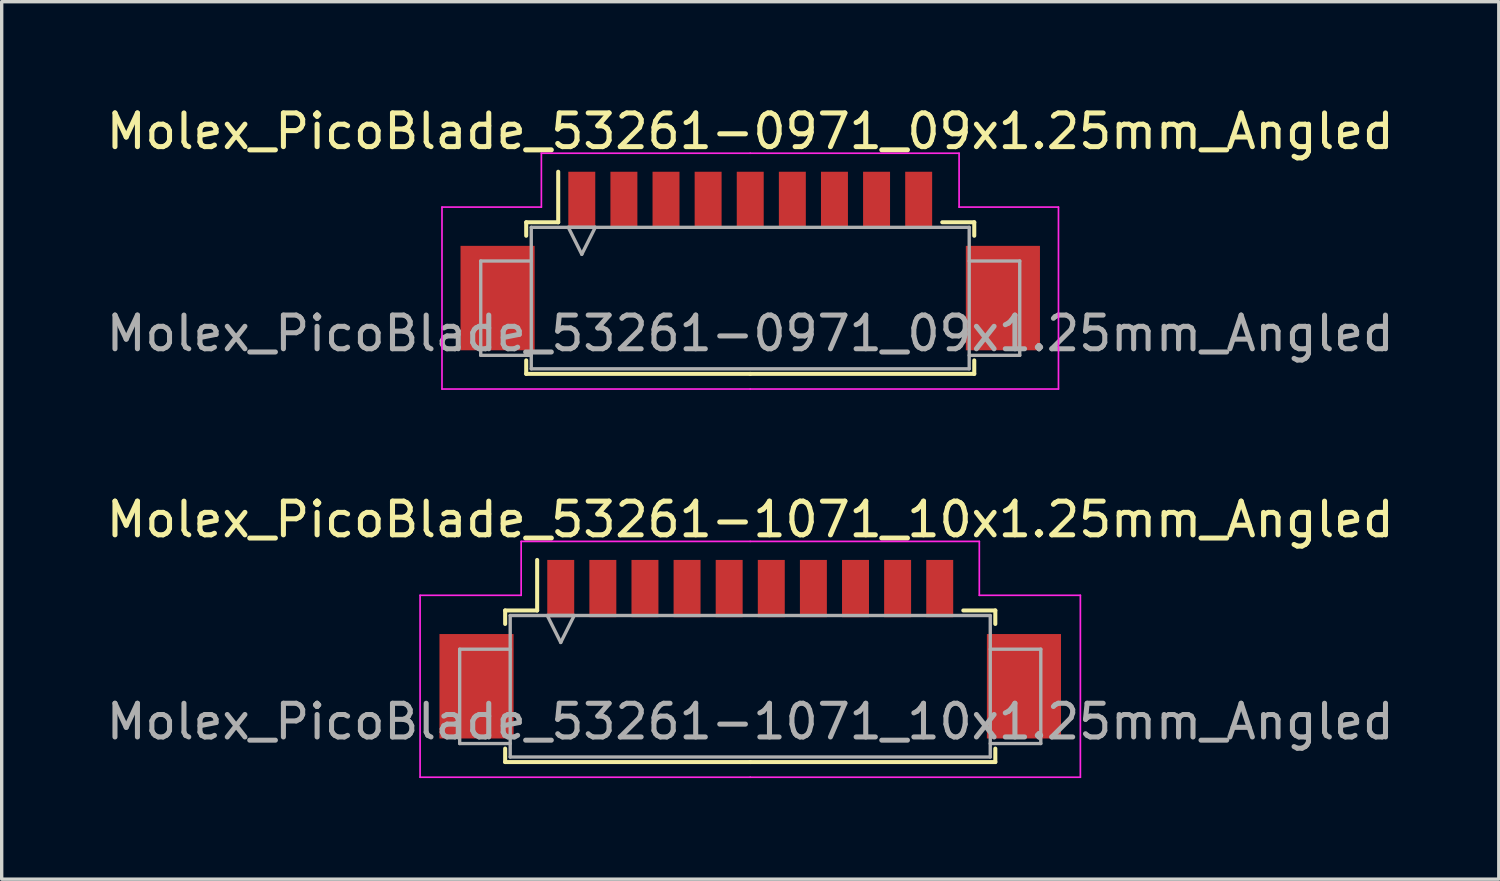
<source format=kicad_pcb>
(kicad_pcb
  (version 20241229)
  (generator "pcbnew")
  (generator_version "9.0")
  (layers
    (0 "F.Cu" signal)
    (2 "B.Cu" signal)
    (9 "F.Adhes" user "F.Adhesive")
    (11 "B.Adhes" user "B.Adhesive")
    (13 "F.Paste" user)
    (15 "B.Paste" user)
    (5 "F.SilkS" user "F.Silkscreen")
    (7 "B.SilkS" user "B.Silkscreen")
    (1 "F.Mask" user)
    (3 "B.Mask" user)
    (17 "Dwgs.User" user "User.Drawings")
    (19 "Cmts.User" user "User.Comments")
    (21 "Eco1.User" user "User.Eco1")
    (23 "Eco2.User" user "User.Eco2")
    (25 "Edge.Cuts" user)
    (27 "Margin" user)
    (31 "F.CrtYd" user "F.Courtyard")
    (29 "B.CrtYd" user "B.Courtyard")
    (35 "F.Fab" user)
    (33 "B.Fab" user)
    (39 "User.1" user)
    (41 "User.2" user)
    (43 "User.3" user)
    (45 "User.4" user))
  (footprint "Molex_PicoBlade_53261-0971_09x1.25mm_Angled"
    (layer "F.Cu")
    (at 19.22 4.348)
    (property "Reference" "Molex_PicoBlade_53261-0971_09x1.25mm_Angled" (at 0 -3.5 0) (layer "F.SilkS") (effects (font (size 1 1) (thickness 0.15))))
    (attr smd)
    (fp_line (start -6.65 -0.8) (end -6.65 -0.4) (stroke (width 0.12) (type solid)) (layer "F.SilkS"))
    (fp_line (start -6.65 3.3) (end -6.65 3.7) (stroke (width 0.12) (type solid)) (layer "F.SilkS"))
    (fp_line (start -6.65 3.7) (end 0 3.7) (stroke (width 0.12) (type solid)) (layer "F.SilkS"))
    (fp_line (start -5.7 -0.8) (end -6.65 -0.8) (stroke (width 0.12) (type solid)) (layer "F.SilkS"))
    (fp_line (start -5.7 -0.8) (end -5.7 -2.3) (stroke (width 0.12) (type solid)) (layer "F.SilkS"))
    (fp_line (start 5.7 -0.8) (end 6.65 -0.8) (stroke (width 0.12) (type solid)) (layer "F.SilkS"))
    (fp_line (start 6.65 -0.8) (end 6.65 -0.4) (stroke (width 0.12) (type solid)) (layer "F.SilkS"))
    (fp_line (start 6.65 3.3) (end 6.65 3.7) (stroke (width 0.12) (type solid)) (layer "F.SilkS"))
    (fp_line (start 6.65 3.7) (end 0 3.7) (stroke (width 0.12) (type solid)) (layer "F.SilkS"))
    (fp_line (start -9.15 -1.25) (end -9.15 4.15) (stroke (width 0.05) (type solid)) (layer "F.CrtYd"))
    (fp_line (start -9.15 4.15) (end 0 4.15) (stroke (width 0.05) (type solid)) (layer "F.CrtYd"))
    (fp_line (start -6.2 -2.85) (end -6.2 -1.25) (stroke (width 0.05) (type solid)) (layer "F.CrtYd"))
    (fp_line (start -6.2 -1.25) (end -9.15 -1.25) (stroke (width 0.05) (type solid)) (layer "F.CrtYd"))
    (fp_line (start 0 -2.85) (end -6.2 -2.85) (stroke (width 0.05) (type solid)) (layer "F.CrtYd"))
    (fp_line (start 0 -2.85) (end 6.2 -2.85) (stroke (width 0.05) (type solid)) (layer "F.CrtYd"))
    (fp_line (start 6.2 -2.85) (end 6.2 -1.25) (stroke (width 0.05) (type solid)) (layer "F.CrtYd"))
    (fp_line (start 6.2 -1.25) (end 9.15 -1.25) (stroke (width 0.05) (type solid)) (layer "F.CrtYd"))
    (fp_line (start 9.15 -1.25) (end 9.15 4.15) (stroke (width 0.05) (type solid)) (layer "F.CrtYd"))
    (fp_line (start 9.15 4.15) (end 0 4.15) (stroke (width 0.05) (type solid)) (layer "F.CrtYd"))
    (fp_line (start -8 0.35) (end -8 3.15) (stroke (width 0.1) (type solid)) (layer "F.Fab"))
    (fp_line (start -8 3.15) (end -6.5 3.15) (stroke (width 0.1) (type solid)) (layer "F.Fab"))
    (fp_line (start -6.5 -0.65) (end 6.5 -0.65) (stroke (width 0.1) (type solid)) (layer "F.Fab"))
    (fp_line (start -6.5 0.35) (end -8 0.35) (stroke (width 0.1) (type solid)) (layer "F.Fab"))
    (fp_line (start -6.5 3.55) (end -6.5 -0.65) (stroke (width 0.1) (type solid)) (layer "F.Fab"))
    (fp_line (start -5.4 -0.65) (end -5 0.15) (stroke (width 0.1) (type solid)) (layer "F.Fab"))
    (fp_line (start -5 0.15) (end -4.6 -0.65) (stroke (width 0.1) (type solid)) (layer "F.Fab"))
    (fp_line (start -4.6 -0.65) (end -5.4 -0.65) (stroke (width 0.1) (type solid)) (layer "F.Fab"))
    (fp_line (start 6.5 -0.65) (end 6.5 3.55) (stroke (width 0.1) (type solid)) (layer "F.Fab"))
    (fp_line (start 6.5 0.35) (end 8 0.35) (stroke (width 0.1) (type solid)) (layer "F.Fab"))
    (fp_line (start 6.5 3.55) (end -6.5 3.55) (stroke (width 0.1) (type solid)) (layer "F.Fab"))
    (fp_line (start 8 0.35) (end 8 3.15) (stroke (width 0.1) (type solid)) (layer "F.Fab"))
    (fp_line (start 8 3.15) (end 6.5 3.15) (stroke (width 0.1) (type solid)) (layer "F.Fab"))
    (fp_text user "${REFERENCE}" (at 0 2.5 0) (layer "F.Fab") (effects (font (size 1 1) (thickness 0.15))))
    (pad "" smd rect (at -7.5 1.45) (size 2.2 3.1) (layers "F.Cu" "F.Mask" "F.Paste"))
    (pad "" smd rect (at 7.5 1.45) (size 2.2 3.1) (layers "F.Cu" "F.Mask" "F.Paste"))
    (pad "1" smd rect (at -5 -1.45) (size 0.8 1.7) (layers "F.Cu" "F.Mask" "F.Paste"))
    (pad "2" smd rect (at -3.75 -1.45) (size 0.8 1.7) (layers "F.Cu" "F.Mask" "F.Paste"))
    (pad "3" smd rect (at -2.5 -1.45) (size 0.8 1.7) (layers "F.Cu" "F.Mask" "F.Paste"))
    (pad "4" smd rect (at -1.25 -1.45) (size 0.8 1.7) (layers "F.Cu" "F.Mask" "F.Paste"))
    (pad "5" smd rect (at 0 -1.45) (size 0.8 1.7) (layers "F.Cu" "F.Mask" "F.Paste"))
    (pad "6" smd rect (at 1.25 -1.45) (size 0.8 1.7) (layers "F.Cu" "F.Mask" "F.Paste"))
    (pad "7" smd rect (at 2.5 -1.45) (size 0.8 1.7) (layers "F.Cu" "F.Mask" "F.Paste"))
    (pad "8" smd rect (at 3.75 -1.45) (size 0.8 1.7) (layers "F.Cu" "F.Mask" "F.Paste"))
    (pad "9" smd rect (at 5 -1.45) (size 0.8 1.7) (layers "F.Cu" "F.Mask" "F.Paste")))
  (footprint "Molex_PicoBlade_53261-1071_10x1.25mm_Angled"
    (layer "F.Cu")
    (at 19.22 15.871)
    (property "Reference" "Molex_PicoBlade_53261-1071_10x1.25mm_Angled" (at 0 -3.5 0) (layer "F.SilkS") (effects (font (size 1 1) (thickness 0.15))))
    (attr smd)
    (fp_line (start -7.275 -0.8) (end -7.275 -0.4) (stroke (width 0.12) (type solid)) (layer "F.SilkS"))
    (fp_line (start -7.275 3.3) (end -7.275 3.7) (stroke (width 0.12) (type solid)) (layer "F.SilkS"))
    (fp_line (start -7.275 3.7) (end 0 3.7) (stroke (width 0.12) (type solid)) (layer "F.SilkS"))
    (fp_line (start -6.325 -0.8) (end -7.275 -0.8) (stroke (width 0.12) (type solid)) (layer "F.SilkS"))
    (fp_line (start -6.325 -0.8) (end -6.325 -2.3) (stroke (width 0.12) (type solid)) (layer "F.SilkS"))
    (fp_line (start 6.325 -0.8) (end 7.275 -0.8) (stroke (width 0.12) (type solid)) (layer "F.SilkS"))
    (fp_line (start 7.275 -0.8) (end 7.275 -0.4) (stroke (width 0.12) (type solid)) (layer "F.SilkS"))
    (fp_line (start 7.275 3.3) (end 7.275 3.7) (stroke (width 0.12) (type solid)) (layer "F.SilkS"))
    (fp_line (start 7.275 3.7) (end 0 3.7) (stroke (width 0.12) (type solid)) (layer "F.SilkS"))
    (fp_line (start -9.8 -1.25) (end -9.8 4.15) (stroke (width 0.05) (type solid)) (layer "F.CrtYd"))
    (fp_line (start -9.8 4.15) (end 0 4.15) (stroke (width 0.05) (type solid)) (layer "F.CrtYd"))
    (fp_line (start -6.8 -2.85) (end -6.8 -1.25) (stroke (width 0.05) (type solid)) (layer "F.CrtYd"))
    (fp_line (start -6.8 -1.25) (end -9.8 -1.25) (stroke (width 0.05) (type solid)) (layer "F.CrtYd"))
    (fp_line (start 0 -2.85) (end -6.8 -2.85) (stroke (width 0.05) (type solid)) (layer "F.CrtYd"))
    (fp_line (start 0 -2.85) (end 6.8 -2.85) (stroke (width 0.05) (type solid)) (layer "F.CrtYd"))
    (fp_line (start 6.8 -2.85) (end 6.8 -1.25) (stroke (width 0.05) (type solid)) (layer "F.CrtYd"))
    (fp_line (start 6.8 -1.25) (end 9.8 -1.25) (stroke (width 0.05) (type solid)) (layer "F.CrtYd"))
    (fp_line (start 9.8 -1.25) (end 9.8 4.15) (stroke (width 0.05) (type solid)) (layer "F.CrtYd"))
    (fp_line (start 9.8 4.15) (end 0 4.15) (stroke (width 0.05) (type solid)) (layer "F.CrtYd"))
    (fp_line (start -8.625 0.35) (end -8.625 3.15) (stroke (width 0.1) (type solid)) (layer "F.Fab"))
    (fp_line (start -8.625 3.15) (end -7.125 3.15) (stroke (width 0.1) (type solid)) (layer "F.Fab"))
    (fp_line (start -7.125 -0.65) (end 7.125 -0.65) (stroke (width 0.1) (type solid)) (layer "F.Fab"))
    (fp_line (start -7.125 0.35) (end -8.625 0.35) (stroke (width 0.1) (type solid)) (layer "F.Fab"))
    (fp_line (start -7.125 3.55) (end -7.125 -0.65) (stroke (width 0.1) (type solid)) (layer "F.Fab"))
    (fp_line (start -6.025 -0.65) (end -5.625 0.15) (stroke (width 0.1) (type solid)) (layer "F.Fab"))
    (fp_line (start -5.625 0.15) (end -5.225 -0.65) (stroke (width 0.1) (type solid)) (layer "F.Fab"))
    (fp_line (start -5.225 -0.65) (end -6.025 -0.65) (stroke (width 0.1) (type solid)) (layer "F.Fab"))
    (fp_line (start 7.125 -0.65) (end 7.125 3.55) (stroke (width 0.1) (type solid)) (layer "F.Fab"))
    (fp_line (start 7.125 0.35) (end 8.625 0.35) (stroke (width 0.1) (type solid)) (layer "F.Fab"))
    (fp_line (start 7.125 3.55) (end -7.125 3.55) (stroke (width 0.1) (type solid)) (layer "F.Fab"))
    (fp_line (start 8.625 0.35) (end 8.625 3.15) (stroke (width 0.1) (type solid)) (layer "F.Fab"))
    (fp_line (start 8.625 3.15) (end 7.125 3.15) (stroke (width 0.1) (type solid)) (layer "F.Fab"))
    (fp_text user "${REFERENCE}" (at 0 2.5 0) (layer "F.Fab") (effects (font (size 1 1) (thickness 0.15))))
    (pad "" smd rect (at -8.125 1.45) (size 2.2 3.1) (layers "F.Cu" "F.Mask" "F.Paste"))
    (pad "" smd rect (at 8.125 1.45) (size 2.2 3.1) (layers "F.Cu" "F.Mask" "F.Paste"))
    (pad "1" smd rect (at -5.625 -1.45) (size 0.8 1.7) (layers "F.Cu" "F.Mask" "F.Paste"))
    (pad "2" smd rect (at -4.375 -1.45) (size 0.8 1.7) (layers "F.Cu" "F.Mask" "F.Paste"))
    (pad "3" smd rect (at -3.125 -1.45) (size 0.8 1.7) (layers "F.Cu" "F.Mask" "F.Paste"))
    (pad "4" smd rect (at -1.875 -1.45) (size 0.8 1.7) (layers "F.Cu" "F.Mask" "F.Paste"))
    (pad "5" smd rect (at -0.625 -1.45) (size 0.8 1.7) (layers "F.Cu" "F.Mask" "F.Paste"))
    (pad "6" smd rect (at 0.625 -1.45) (size 0.8 1.7) (layers "F.Cu" "F.Mask" "F.Paste"))
    (pad "7" smd rect (at 1.875 -1.45) (size 0.8 1.7) (layers "F.Cu" "F.Mask" "F.Paste"))
    (pad "8" smd rect (at 3.125 -1.45) (size 0.8 1.7) (layers "F.Cu" "F.Mask" "F.Paste"))
    (pad "9" smd rect (at 4.375 -1.45) (size 0.8 1.7) (layers "F.Cu" "F.Mask" "F.Paste"))
    (pad "10" smd rect (at 5.625 -1.45) (size 0.8 1.7) (layers "F.Cu" "F.Mask" "F.Paste")))
  (gr_rect
    (start -3 -3)
    (end 41.44 23.047)
    (stroke (width 0.1) (type default))
    (fill no)
    (layer "Edge.Cuts")))
</source>
